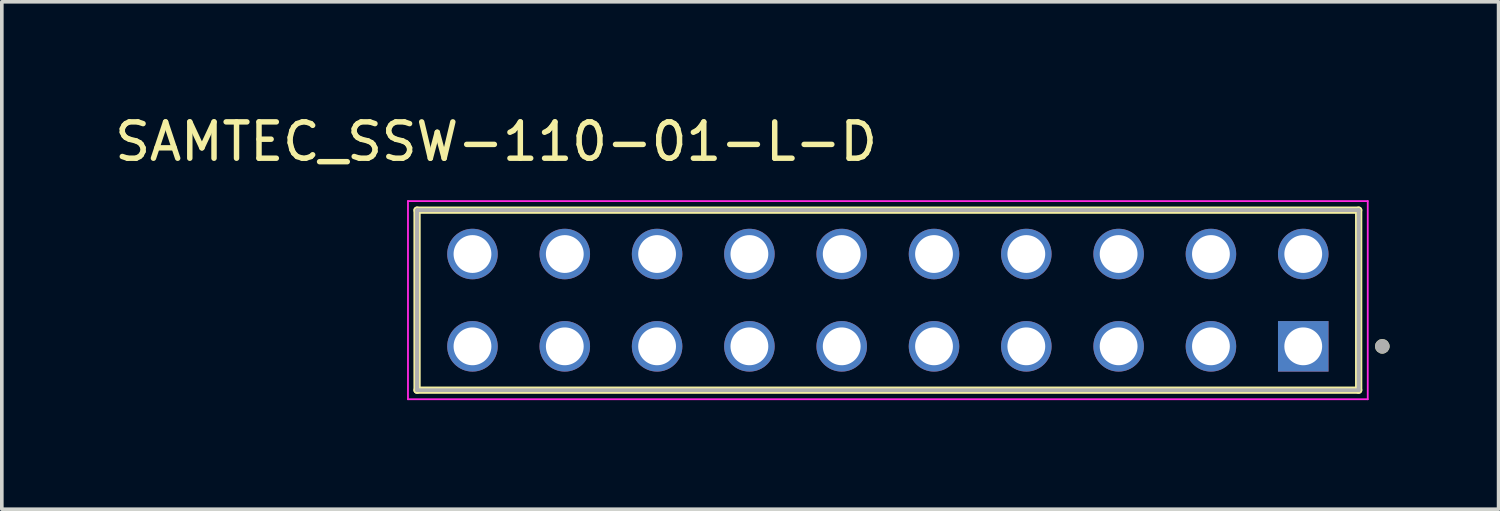
<source format=kicad_pcb>
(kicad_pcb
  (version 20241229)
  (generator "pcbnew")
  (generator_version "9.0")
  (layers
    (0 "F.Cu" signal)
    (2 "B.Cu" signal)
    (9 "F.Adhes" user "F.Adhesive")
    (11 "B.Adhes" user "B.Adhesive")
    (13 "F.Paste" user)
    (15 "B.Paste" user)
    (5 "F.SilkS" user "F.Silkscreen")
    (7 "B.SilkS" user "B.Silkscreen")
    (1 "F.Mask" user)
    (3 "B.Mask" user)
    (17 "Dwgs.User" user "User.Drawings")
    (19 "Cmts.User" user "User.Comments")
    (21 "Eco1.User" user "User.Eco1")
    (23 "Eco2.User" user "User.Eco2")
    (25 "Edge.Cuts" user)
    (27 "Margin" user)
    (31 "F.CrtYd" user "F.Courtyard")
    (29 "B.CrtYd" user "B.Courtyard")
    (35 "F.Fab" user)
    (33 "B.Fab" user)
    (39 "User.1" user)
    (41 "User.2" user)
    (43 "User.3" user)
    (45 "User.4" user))
  (footprint "SAMTEC_SSW-110-01-L-D"
    (layer "F.Cu")
    (at 32.811 6.48)
    (property "Reference" "SAMTEC_SSW-110-01-L-D" (at -22.21 -5.631 0) (layer "F.SilkS") (effects (font (size 1 1) (thickness 0.15))))
    (attr through_hole)
    (fp_line (start -24.385 1.206) (end -24.385 -3.747) (stroke (width 0.2) (type solid)) (layer "F.SilkS"))
    (fp_line (start 1.525 -3.747) (end -24.385 -3.747) (stroke (width 0.2) (type solid)) (layer "F.SilkS"))
    (fp_line (start 1.525 -3.747) (end 1.525 1.206) (stroke (width 0.2) (type solid)) (layer "F.SilkS"))
    (fp_line (start 1.525 1.206) (end -24.385 1.206) (stroke (width 0.2) (type solid)) (layer "F.SilkS"))
    (fp_circle (center 2.175 0) (end 2.275 0) (stroke (width 0.2) (type solid)) (fill no) (layer "F.SilkS"))
    (fp_line (start -24.635 -3.997) (end 1.775 -3.997) (stroke (width 0.05) (type solid)) (layer "F.CrtYd"))
    (fp_line (start -24.635 1.456) (end -24.635 -3.997) (stroke (width 0.05) (type solid)) (layer "F.CrtYd"))
    (fp_line (start 1.775 -3.997) (end 1.775 1.456) (stroke (width 0.05) (type solid)) (layer "F.CrtYd"))
    (fp_line (start 1.775 1.456) (end -24.635 1.456) (stroke (width 0.05) (type solid)) (layer "F.CrtYd"))
    (fp_line (start -24.385 -3.747) (end 1.525 -3.747) (stroke (width 0.1) (type solid)) (layer "F.Fab"))
    (fp_line (start -24.385 -3.747) (end 1.525 -3.747) (stroke (width 0.1) (type solid)) (layer "F.Fab"))
    (fp_line (start -24.385 1.206) (end -24.385 -3.747) (stroke (width 0.1) (type solid)) (layer "F.Fab"))
    (fp_line (start -24.385 1.206) (end -24.385 -3.747) (stroke (width 0.1) (type solid)) (layer "F.Fab"))
    (fp_line (start 1.525 -3.747) (end 1.525 1.206) (stroke (width 0.1) (type solid)) (layer "F.Fab"))
    (fp_line (start 1.525 -3.747) (end 1.525 1.206) (stroke (width 0.1) (type solid)) (layer "F.Fab"))
    (fp_line (start 1.525 1.206) (end -24.385 1.206) (stroke (width 0.1) (type solid)) (layer "F.Fab"))
    (fp_circle (center 2.175 0) (end 2.275 0) (stroke (width 0.2) (type solid)) (fill no) (layer "F.Fab"))
    (pad "01" thru_hole rect (at 0 0) (size 1.39 1.39) (drill 1.04) (layers "*.Cu" "*.Mask"))
    (pad "02" thru_hole circle (at 0 -2.54) (size 1.39 1.39) (drill 1.04) (layers "*.Cu" "*.Mask"))
    (pad "03" thru_hole circle (at -2.54 0) (size 1.39 1.39) (drill 1.04) (layers "*.Cu" "*.Mask"))
    (pad "04" thru_hole circle (at -2.54 -2.54) (size 1.39 1.39) (drill 1.04) (layers "*.Cu" "*.Mask"))
    (pad "05" thru_hole circle (at -5.08 0) (size 1.39 1.39) (drill 1.04) (layers "*.Cu" "*.Mask"))
    (pad "06" thru_hole circle (at -5.08 -2.54) (size 1.39 1.39) (drill 1.04) (layers "*.Cu" "*.Mask"))
    (pad "07" thru_hole circle (at -7.62 0) (size 1.39 1.39) (drill 1.04) (layers "*.Cu" "*.Mask"))
    (pad "08" thru_hole circle (at -7.62 -2.54) (size 1.39 1.39) (drill 1.04) (layers "*.Cu" "*.Mask"))
    (pad "09" thru_hole circle (at -10.16 0) (size 1.39 1.39) (drill 1.04) (layers "*.Cu" "*.Mask"))
    (pad "10" thru_hole circle (at -10.16 -2.54) (size 1.39 1.39) (drill 1.04) (layers "*.Cu" "*.Mask"))
    (pad "11" thru_hole circle (at -12.7 0) (size 1.39 1.39) (drill 1.04) (layers "*.Cu" "*.Mask"))
    (pad "12" thru_hole circle (at -12.7 -2.54) (size 1.39 1.39) (drill 1.04) (layers "*.Cu" "*.Mask"))
    (pad "13" thru_hole circle (at -15.24 0) (size 1.39 1.39) (drill 1.04) (layers "*.Cu" "*.Mask"))
    (pad "14" thru_hole circle (at -15.24 -2.54) (size 1.39 1.39) (drill 1.04) (layers "*.Cu" "*.Mask"))
    (pad "15" thru_hole circle (at -17.78 0) (size 1.39 1.39) (drill 1.04) (layers "*.Cu" "*.Mask"))
    (pad "16" thru_hole circle (at -17.78 -2.54) (size 1.39 1.39) (drill 1.04) (layers "*.Cu" "*.Mask"))
    (pad "17" thru_hole circle (at -20.32 0) (size 1.39 1.39) (drill 1.04) (layers "*.Cu" "*.Mask"))
    (pad "18" thru_hole circle (at -20.32 -2.54) (size 1.39 1.39) (drill 1.04) (layers "*.Cu" "*.Mask"))
    (pad "19" thru_hole circle (at -22.86 0) (size 1.39 1.39) (drill 1.04) (layers "*.Cu" "*.Mask"))
    (pad "20" thru_hole circle (at -22.86 -2.54) (size 1.39 1.39) (drill 1.04) (layers "*.Cu" "*.Mask")))
  (gr_rect
    (start -3 -3)
    (end 38.186 10.961)
    (stroke (width 0.1) (type default))
    (fill no)
    (layer "Edge.Cuts")))
</source>
